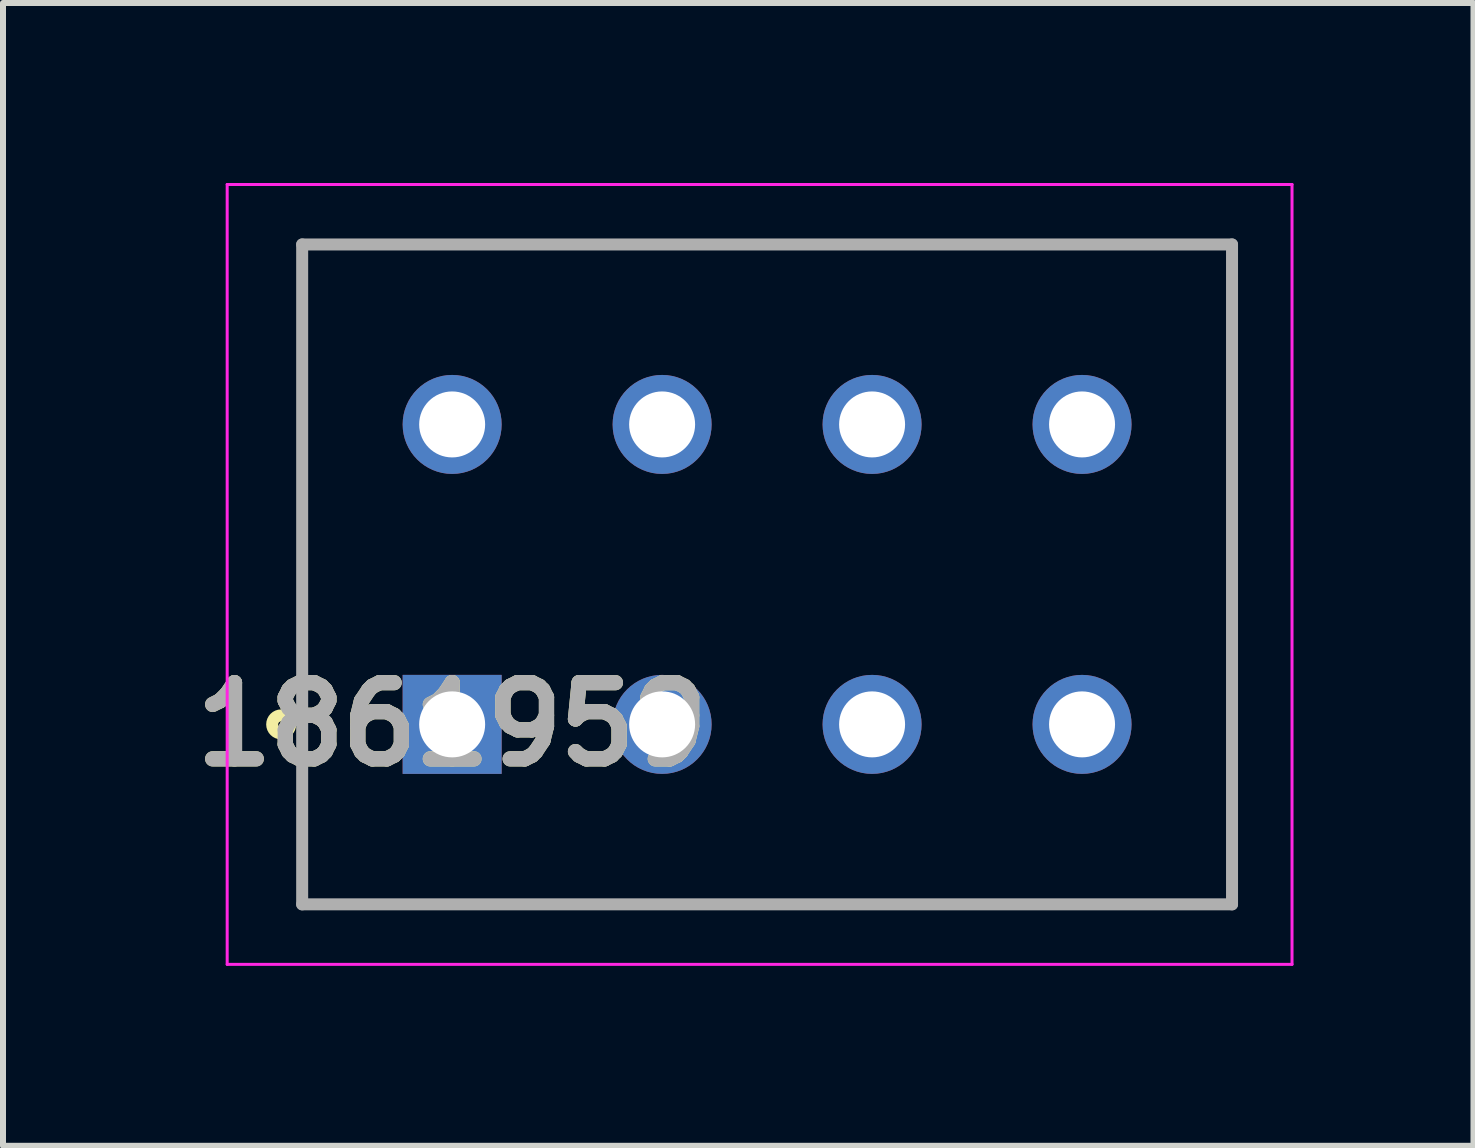
<source format=kicad_pcb>
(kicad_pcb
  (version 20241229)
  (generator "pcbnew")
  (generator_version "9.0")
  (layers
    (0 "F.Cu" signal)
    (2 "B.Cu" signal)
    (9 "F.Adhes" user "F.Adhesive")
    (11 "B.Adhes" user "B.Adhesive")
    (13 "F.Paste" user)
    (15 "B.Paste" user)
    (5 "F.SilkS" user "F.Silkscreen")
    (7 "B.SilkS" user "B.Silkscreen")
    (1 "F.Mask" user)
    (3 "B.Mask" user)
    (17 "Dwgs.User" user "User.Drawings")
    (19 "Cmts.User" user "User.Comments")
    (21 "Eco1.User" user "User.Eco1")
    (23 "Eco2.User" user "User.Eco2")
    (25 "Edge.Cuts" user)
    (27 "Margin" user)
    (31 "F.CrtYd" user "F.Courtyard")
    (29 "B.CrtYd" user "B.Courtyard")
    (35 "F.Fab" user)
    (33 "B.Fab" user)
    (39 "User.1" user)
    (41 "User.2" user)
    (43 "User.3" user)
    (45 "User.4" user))
  (footprint "1861959"
    (layer "F.Cu")
    (at 4.487 9.025)
    (property "Reference" "1861959" (at 0 0 0) (layer "F.SilkS") (effects (font (size 1.27 1.27) (thickness 0.254))))
    (attr through_hole)
    (fp_line (start -2.5 -8) (end 13 -8) (stroke (width 0.1) (type solid)) (layer "F.SilkS"))
    (fp_line (start -2.5 3) (end -2.5 -8) (stroke (width 0.1) (type solid)) (layer "F.SilkS"))
    (fp_line (start 13 -8) (end 13 3) (stroke (width 0.1) (type solid)) (layer "F.SilkS"))
    (fp_line (start 13 3) (end -2.5 3) (stroke (width 0.1) (type solid)) (layer "F.SilkS"))
    (fp_circle (center -2.85 0) (end -2.85 0.05) (stroke (width 0.2) (type solid)) (fill no) (layer "F.SilkS"))
    (fp_line (start -3.75 -9) (end 14 -9) (stroke (width 0.05) (type solid)) (layer "F.CrtYd"))
    (fp_line (start -3.75 4) (end -3.75 -9) (stroke (width 0.05) (type solid)) (layer "F.CrtYd"))
    (fp_line (start 14 -9) (end 14 4) (stroke (width 0.05) (type solid)) (layer "F.CrtYd"))
    (fp_line (start 14 4) (end -3.75 4) (stroke (width 0.05) (type solid)) (layer "F.CrtYd"))
    (fp_line (start -2.5 -8) (end 13 -8) (stroke (width 0.2) (type solid)) (layer "F.Fab"))
    (fp_line (start -2.5 3) (end -2.5 -8) (stroke (width 0.2) (type solid)) (layer "F.Fab"))
    (fp_line (start 13 -8) (end 13 3) (stroke (width 0.2) (type solid)) (layer "F.Fab"))
    (fp_line (start 13 3) (end -2.5 3) (stroke (width 0.2) (type solid)) (layer "F.Fab"))
    (fp_text user "${REFERENCE}" (at 0 0 0) (layer "F.Fab") (effects (font (size 1.27 1.27) (thickness 0.254))))
    (pad "1" thru_hole rect (at 0 0) (size 1.65 1.65) (drill 1.1) (layers "*.Cu" "*.Mask"))
    (pad "2" thru_hole circle (at 0 -5) (size 1.65 1.65) (drill 1.1) (layers "*.Cu" "*.Mask"))
    (pad "3" thru_hole circle (at 3.5 0) (size 1.65 1.65) (drill 1.1) (layers "*.Cu" "*.Mask"))
    (pad "4" thru_hole circle (at 3.5 -5) (size 1.65 1.65) (drill 1.1) (layers "*.Cu" "*.Mask"))
    (pad "5" thru_hole circle (at 7 0) (size 1.65 1.65) (drill 1.1) (layers "*.Cu" "*.Mask"))
    (pad "6" thru_hole circle (at 7 -5) (size 1.65 1.65) (drill 1.1) (layers "*.Cu" "*.Mask"))
    (pad "7" thru_hole circle (at 10.5 0) (size 1.65 1.65) (drill 1.1) (layers "*.Cu" "*.Mask"))
    (pad "8" thru_hole circle (at 10.5 -5) (size 1.65 1.65) (drill 1.1) (layers "*.Cu" "*.Mask")))
  (gr_rect
    (start -3 -3)
    (end 21.512 16.05)
    (stroke (width 0.1) (type default))
    (fill no)
    (layer "Edge.Cuts")))
</source>
